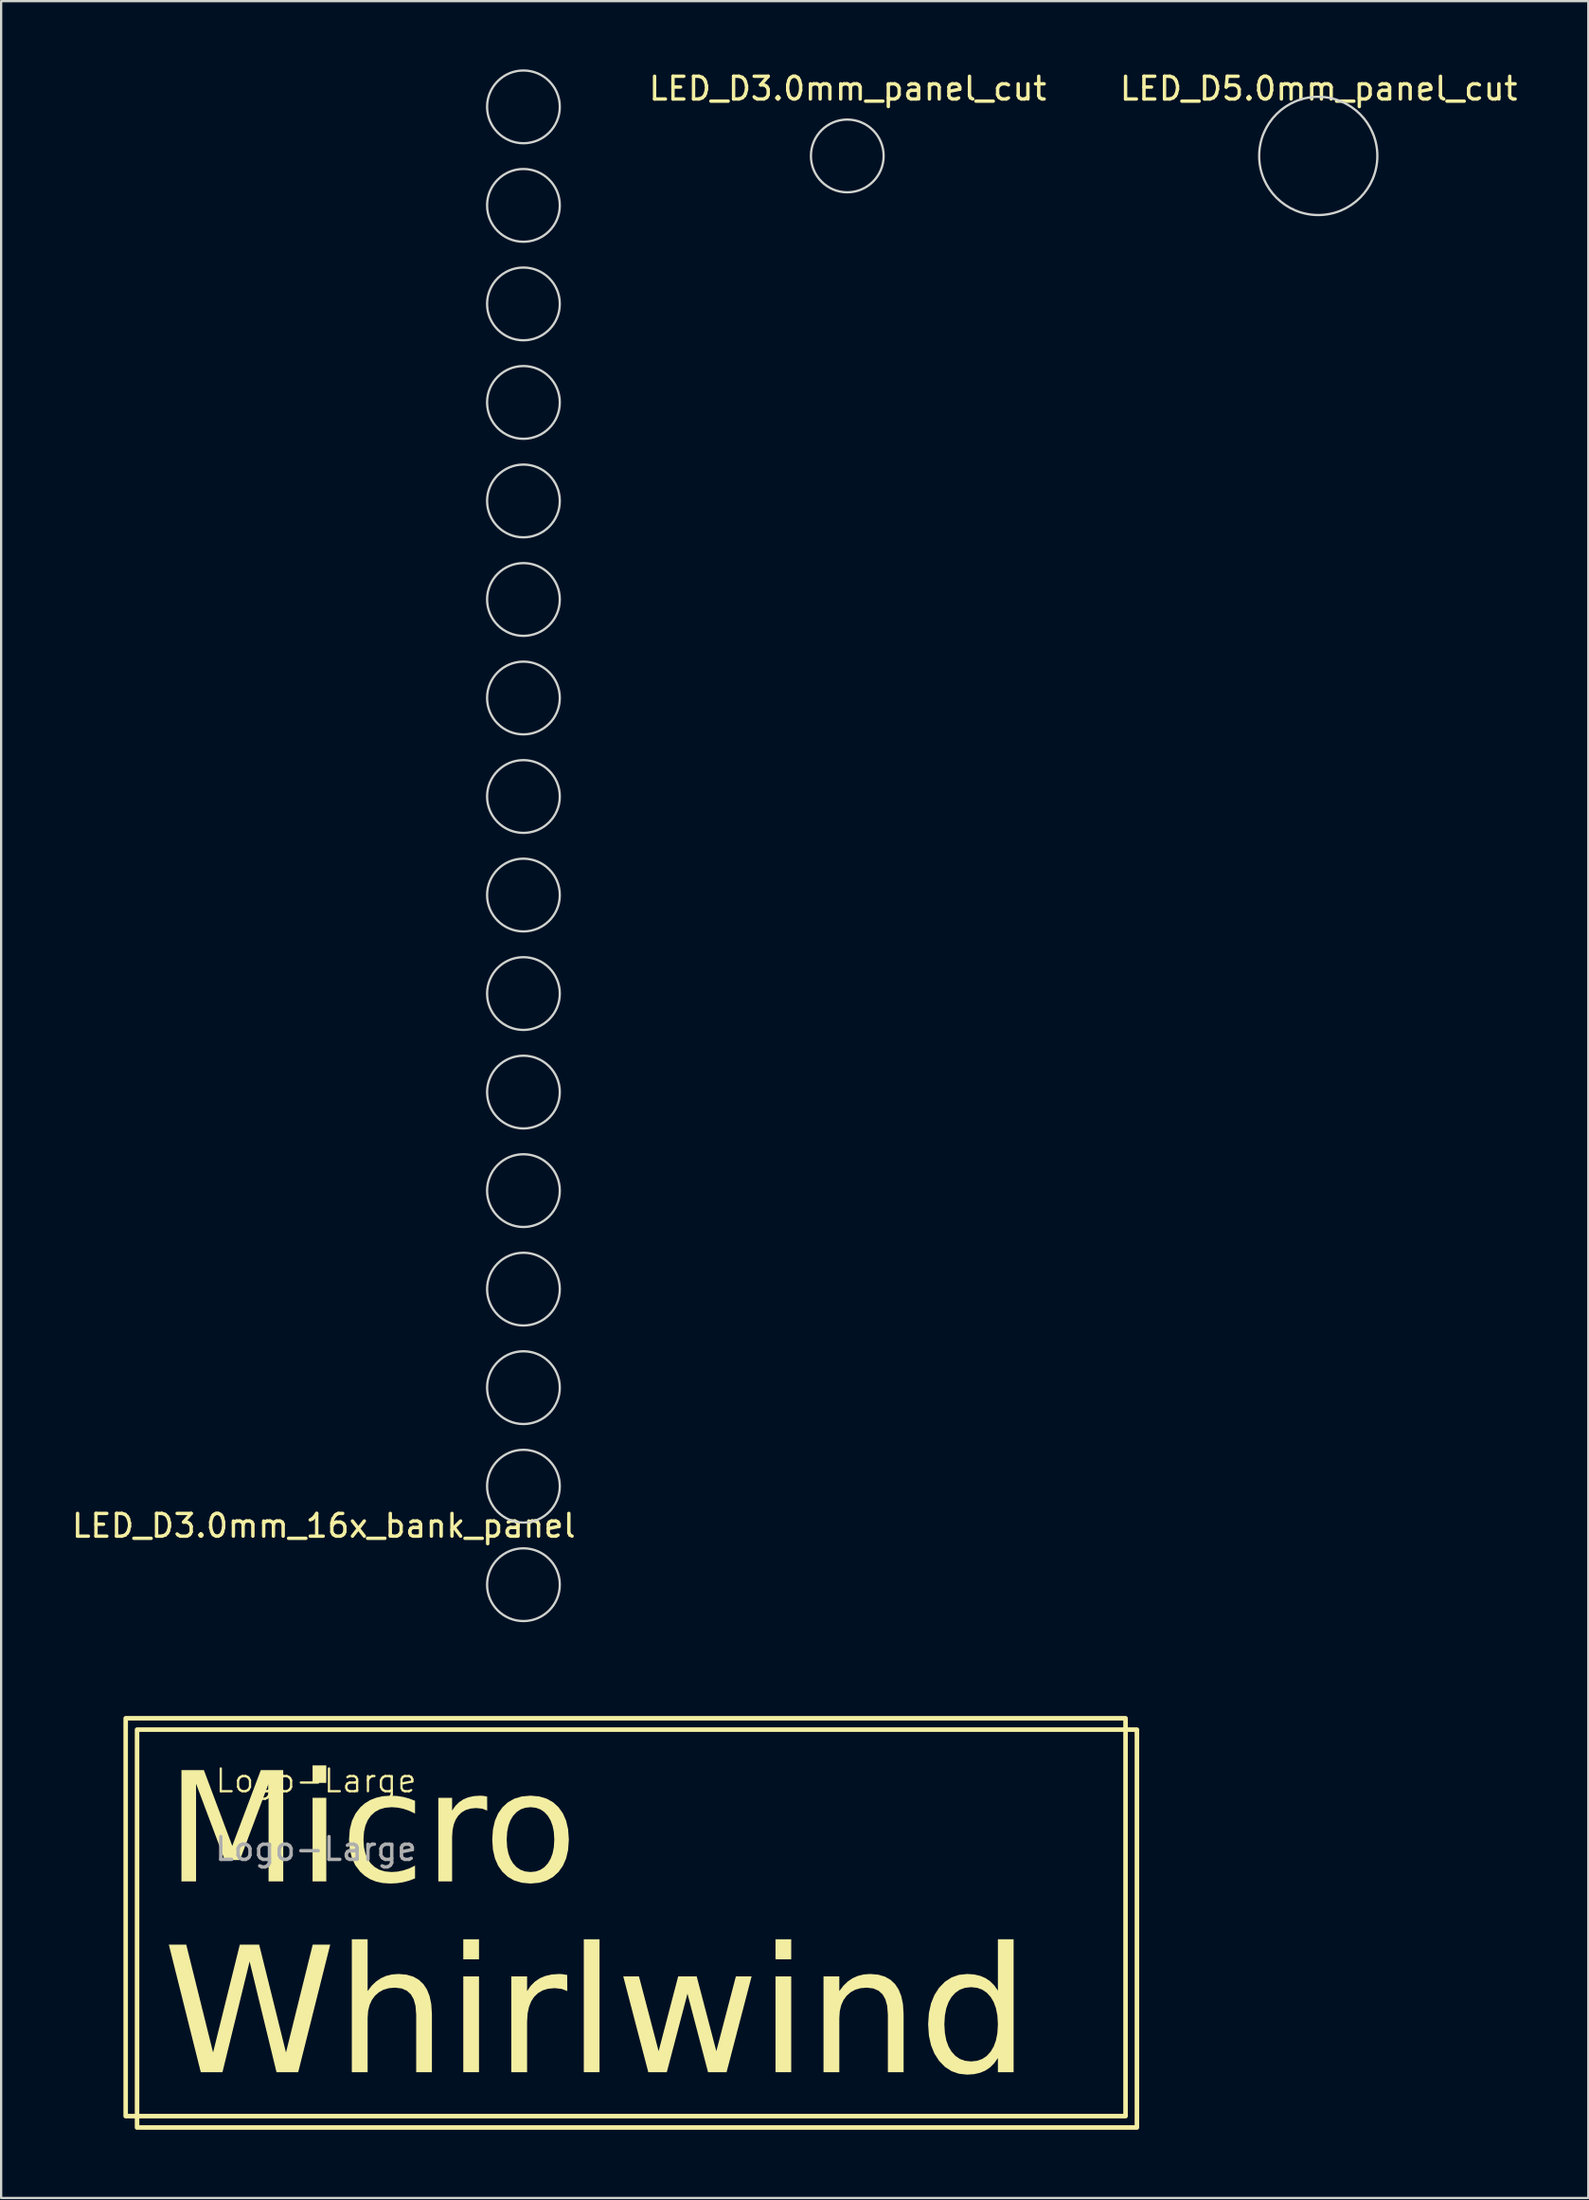
<source format=kicad_pcb>
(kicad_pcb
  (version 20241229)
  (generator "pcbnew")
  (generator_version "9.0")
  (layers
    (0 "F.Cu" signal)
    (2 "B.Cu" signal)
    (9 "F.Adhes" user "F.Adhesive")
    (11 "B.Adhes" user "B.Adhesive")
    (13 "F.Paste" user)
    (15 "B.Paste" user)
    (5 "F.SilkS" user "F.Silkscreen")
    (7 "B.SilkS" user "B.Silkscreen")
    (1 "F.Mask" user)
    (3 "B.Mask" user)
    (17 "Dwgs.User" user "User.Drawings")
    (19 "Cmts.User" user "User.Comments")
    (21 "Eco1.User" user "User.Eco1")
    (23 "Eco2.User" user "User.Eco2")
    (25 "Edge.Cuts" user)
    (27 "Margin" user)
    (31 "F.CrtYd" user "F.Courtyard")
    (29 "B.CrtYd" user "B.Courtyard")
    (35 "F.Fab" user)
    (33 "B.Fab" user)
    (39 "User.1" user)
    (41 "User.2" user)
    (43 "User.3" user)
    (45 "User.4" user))
  (footprint "LED_D3.0mm_16x_bank_panel"
    (layer "F.Cu")
    (at 18.715 66.65)
    (property "Reference" "LED_D3.0mm_16x_bank_panel" (at -7.518 -2.591 0) (layer "F.SilkS") (effects (font (size 1 1) (thickness 0.15))))
    (attr through_hole)
    (fp_circle (center 1.27 -65) (end 2.87 -65) (stroke (width 0.1) (type solid)) (fill no) (layer "Edge.Cuts"))
    (fp_circle (center 1.27 -60.667) (end 2.87 -60.667) (stroke (width 0.1) (type solid)) (fill no) (layer "Edge.Cuts"))
    (fp_circle (center 1.27 -56.333) (end 2.87 -56.333) (stroke (width 0.1) (type solid)) (fill no) (layer "Edge.Cuts"))
    (fp_circle (center 1.27 -52) (end 2.87 -52) (stroke (width 0.1) (type solid)) (fill no) (layer "Edge.Cuts"))
    (fp_circle (center 1.27 -47.667) (end 2.87 -47.667) (stroke (width 0.1) (type solid)) (fill no) (layer "Edge.Cuts"))
    (fp_circle (center 1.27 -43.333) (end 2.87 -43.333) (stroke (width 0.1) (type solid)) (fill no) (layer "Edge.Cuts"))
    (fp_circle (center 1.27 -39) (end 2.87 -39) (stroke (width 0.1) (type solid)) (fill no) (layer "Edge.Cuts"))
    (fp_circle (center 1.27 -34.667) (end 2.87 -34.667) (stroke (width 0.1) (type solid)) (fill no) (layer "Edge.Cuts"))
    (fp_circle (center 1.27 -30.333) (end 2.87 -30.333) (stroke (width 0.1) (type solid)) (fill no) (layer "Edge.Cuts"))
    (fp_circle (center 1.27 -26) (end 2.87 -26) (stroke (width 0.1) (type solid)) (fill no) (layer "Edge.Cuts"))
    (fp_circle (center 1.27 -21.667) (end 2.87 -21.667) (stroke (width 0.1) (type solid)) (fill no) (layer "Edge.Cuts"))
    (fp_circle (center 1.27 -17.333) (end 2.87 -17.333) (stroke (width 0.1) (type solid)) (fill no) (layer "Edge.Cuts"))
    (fp_circle (center 1.27 -13) (end 2.87 -13) (stroke (width 0.1) (type solid)) (fill no) (layer "Edge.Cuts"))
    (fp_circle (center 1.27 -8.667) (end 2.87 -8.667) (stroke (width 0.1) (type solid)) (fill no) (layer "Edge.Cuts"))
    (fp_circle (center 1.27 -4.333) (end 2.87 -4.333) (stroke (width 0.1) (type solid)) (fill no) (layer "Edge.Cuts"))
    (fp_circle (center 1.27 0) (end 2.87 0) (stroke (width 0.1) (type solid)) (fill no) (layer "Edge.Cuts")))
  (footprint "LED_D3.0mm_panel_cut"
    (layer "F.Cu")
    (at 32.986 3.808)
    (property "Reference" "LED_D3.0mm_panel_cut" (at 1.27 -2.96 0) (layer "F.SilkS") (effects (font (size 1 1) (thickness 0.15))))
    (attr through_hole)
    (fp_circle (center 1.25 0) (end 2.85 0) (stroke (width 0.1) (type default)) (fill no) (layer "Edge.Cuts")))
  (footprint "Logo-Large"
    (layer "F.Cu")
    (at 10.856 75.775)
    (property "Reference" "Logo-Large" (at 0 -0.5 0) (unlocked yes) (layer "F.SilkS") (effects (font (size 1 1) (thickness 0.1))))
    (attr smd)
    (fp_rect (start -8.375 -3.25) (end 35.625 14.25) (stroke (width 0.2) (type default)) (fill no) (layer "F.SilkS"))
    (fp_rect (start -7.875 -2.75) (end 36.125 14.75) (stroke (width 0.2) (type default)) (fill no) (layer "F.SilkS"))
    (fp_text user "${REFERENCE}" (at 0 2.5 0) (unlocked yes) (layer "F.Fab") (effects (font (size 1 1) (thickness 0.15))))
    (fp_text_box "Micro" (start -10.18 -4.475) (end 0.07 0.025) (margins 3.6 3.6 3.6 3.6) (layer "F.SilkS") (effects (font (face "Harlow Solid Italic") (size 4.8 4.8) (thickness 0.1)) (justify left top)) (border no) (stroke (width 0) (type solid)))
    (fp_text_box "Whirlwind" (start -10.856 2.692) (end 10.144 7.442) (margins 4.125 4.125 4.125 4.125) (layer "F.SilkS") (effects (font (face "HFF Zeldom Zen") (size 5.5 5.5) (thickness 0.1)) (justify left top)) (border no) (stroke (width 0) (type solid))))
  (footprint "LED_D5.0mm_panel_cut"
    (layer "F.Cu")
    (at 53.712 3.808)
    (property "Reference" "LED_D5.0mm_panel_cut" (at 1.27 -2.96 0) (layer "F.SilkS") (effects (font (size 1 1) (thickness 0.15))))
    (attr through_hole)
    (fp_circle (center 1.25 0) (end 3.85 0) (stroke (width 0.1) (type default)) (fill no) (layer "Edge.Cuts")))
  (gr_rect
    (start -3 -3)
    (end 66.845 93.625)
    (stroke (width 0.1) (type default))
    (fill no)
    (layer "Edge.Cuts")))
</source>
